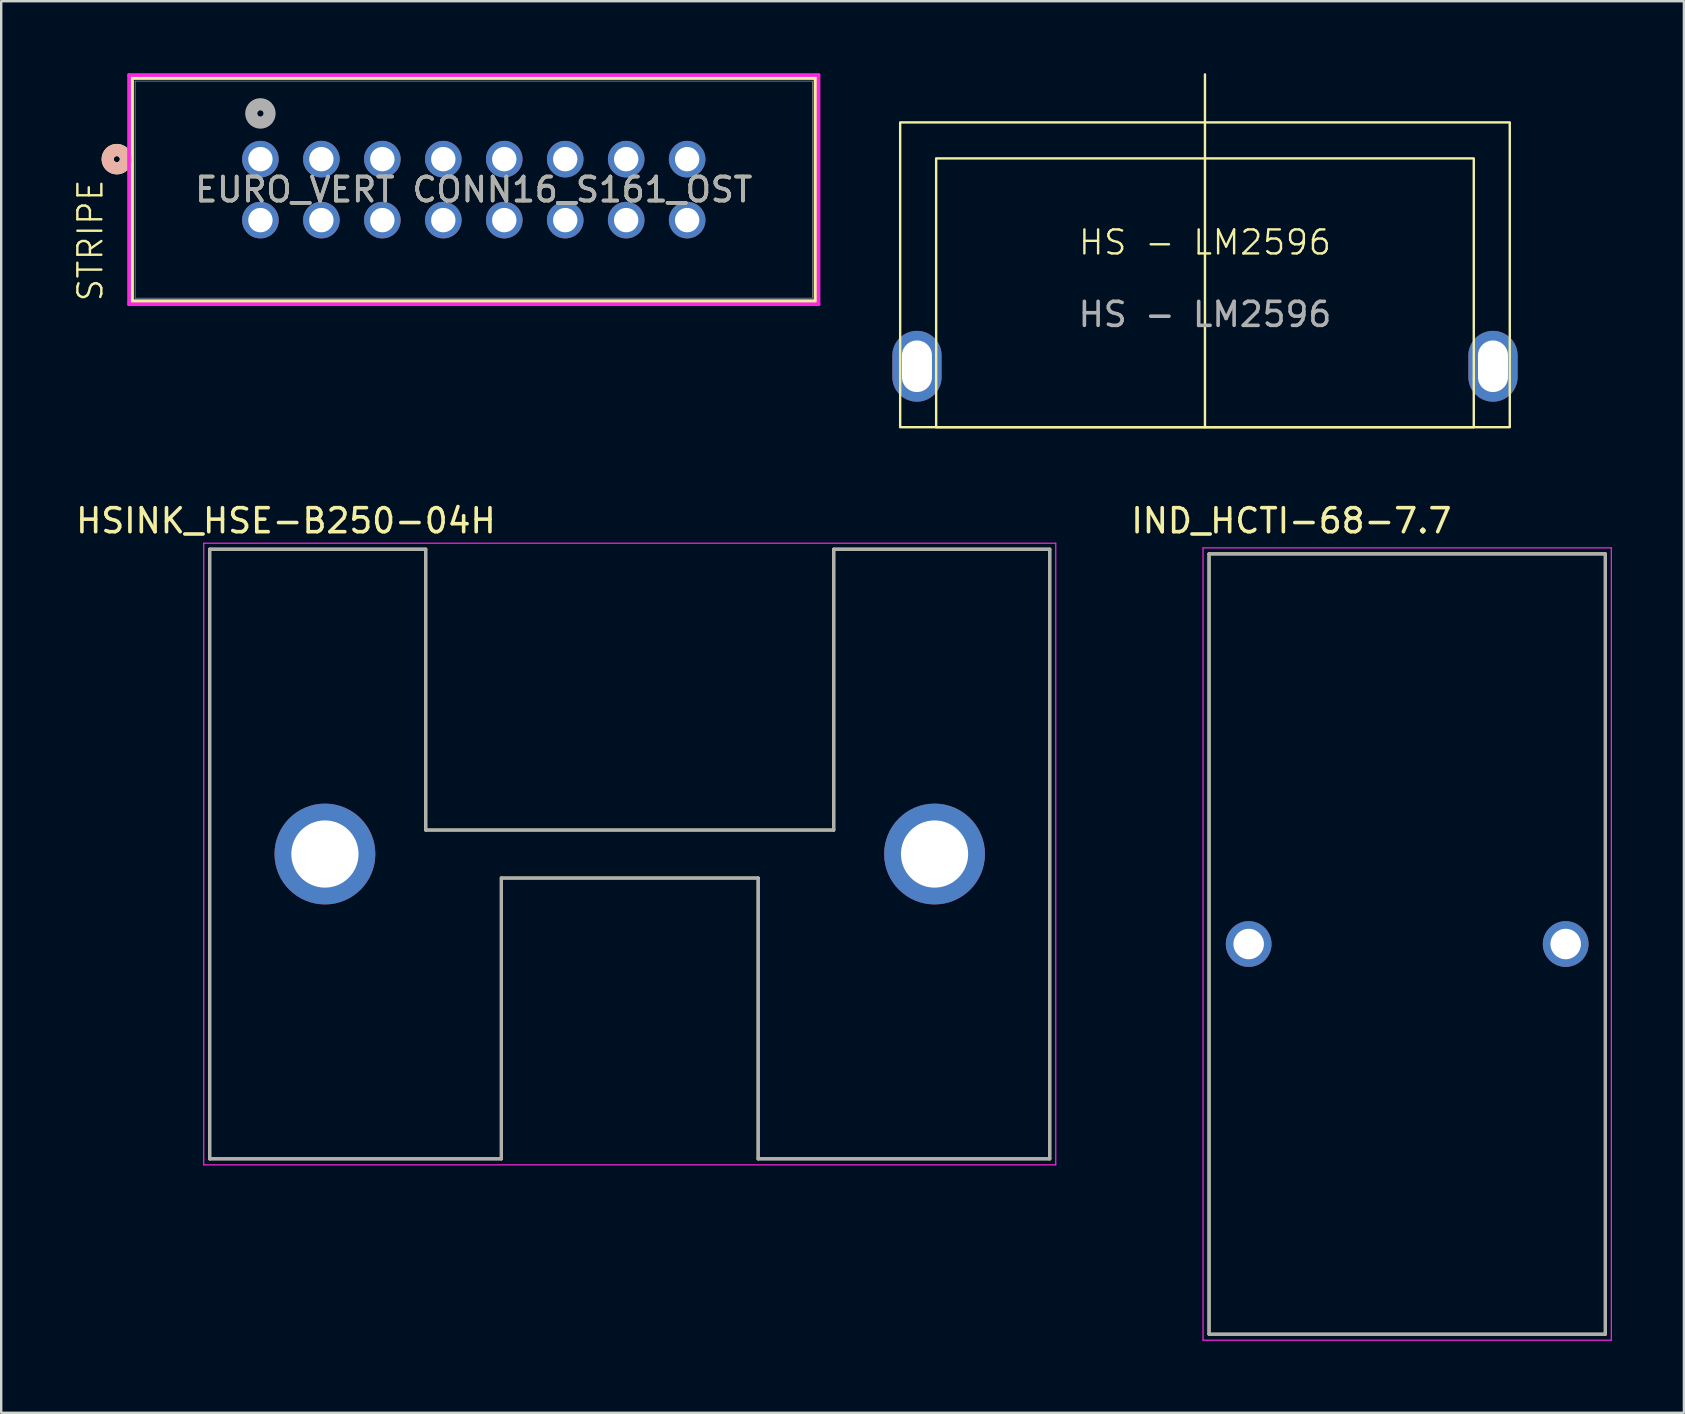
<source format=kicad_pcb>
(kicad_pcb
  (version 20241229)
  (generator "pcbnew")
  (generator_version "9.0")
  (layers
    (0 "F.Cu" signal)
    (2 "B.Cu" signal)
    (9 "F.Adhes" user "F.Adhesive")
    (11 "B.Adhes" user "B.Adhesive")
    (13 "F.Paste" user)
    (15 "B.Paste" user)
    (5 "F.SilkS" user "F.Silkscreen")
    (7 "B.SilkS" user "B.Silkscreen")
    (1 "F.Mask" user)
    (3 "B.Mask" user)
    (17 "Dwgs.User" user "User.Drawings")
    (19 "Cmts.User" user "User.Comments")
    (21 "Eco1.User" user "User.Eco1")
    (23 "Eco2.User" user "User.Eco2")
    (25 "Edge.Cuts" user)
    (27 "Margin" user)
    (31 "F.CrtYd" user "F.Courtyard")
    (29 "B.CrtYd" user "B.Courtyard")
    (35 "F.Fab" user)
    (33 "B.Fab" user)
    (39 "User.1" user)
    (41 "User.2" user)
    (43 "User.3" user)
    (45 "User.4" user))
  (footprint "EURO_VERT CONN16_S161_OST"
    (layer "F.Cu")
    (at 7.8 3.581)
    (property "Reference" "EURO_VERT CONN16_S161_OST" (at 8.89 1.27 0) (unlocked yes) (layer "F.SilkS") (effects (font (size 1 1) (thickness 0.15))))
    (attr through_hole)
    (fp_line (start -5.347 -3.378) (end -5.347 5.918) (stroke (width 0.152) (type solid)) (layer "F.SilkS"))
    (fp_line (start -5.347 5.918) (end 23.127 5.918) (stroke (width 0.152) (type solid)) (layer "F.SilkS"))
    (fp_line (start 23.127 -3.378) (end -5.347 -3.378) (stroke (width 0.152) (type solid)) (layer "F.SilkS"))
    (fp_line (start 23.127 5.918) (end 23.127 -3.378) (stroke (width 0.152) (type solid)) (layer "F.SilkS"))
    (fp_circle (center -5.982 0) (end -5.601 0) (stroke (width 0.508) (type solid)) (fill no) (layer "F.SilkS"))
    (fp_circle (center -5.982 0) (end -5.601 0) (stroke (width 0.508) (type solid)) (fill no) (layer "B.SilkS"))
    (fp_line (start -5.474 -3.505) (end -5.474 6.045) (stroke (width 0.152) (type solid)) (layer "F.CrtYd"))
    (fp_line (start -5.474 6.045) (end 23.254 6.045) (stroke (width 0.152) (type solid)) (layer "F.CrtYd"))
    (fp_line (start 23.254 -3.505) (end -5.474 -3.505) (stroke (width 0.152) (type solid)) (layer "F.CrtYd"))
    (fp_line (start 23.254 6.045) (end 23.254 -3.505) (stroke (width 0.152) (type solid)) (layer "F.CrtYd"))
    (fp_line (start -5.22 -3.251) (end -5.22 5.791) (stroke (width 0.025) (type solid)) (layer "F.Fab"))
    (fp_line (start -5.22 5.791) (end 23 5.791) (stroke (width 0.025) (type solid)) (layer "F.Fab"))
    (fp_line (start 23 -3.251) (end -5.22 -3.251) (stroke (width 0.025) (type solid)) (layer "F.Fab"))
    (fp_line (start 23 5.791) (end 23 -3.251) (stroke (width 0.025) (type solid)) (layer "F.Fab"))
    (fp_circle (center 0 -1.905) (end 0.381 -1.905) (stroke (width 0.508) (type solid)) (fill no) (layer "F.Fab"))
    (fp_text user "STRIPE" (at -6.5 6 90) (unlocked yes) (layer "F.SilkS") (effects (font (size 1 1) (thickness 0.1)) (justify left bottom)))
    (fp_text user "${REFERENCE}" (at 8.89 1.27 0) (unlocked yes) (layer "F.Fab") (effects (font (size 1 1) (thickness 0.15))))
    (pad "1" thru_hole circle (at 0 0) (size 1.524 1.524) (drill 1.016) (layers "*.Cu" "*.Mask"))
    (pad "2" thru_hole circle (at 0 2.54) (size 1.524 1.524) (drill 1.016) (layers "*.Cu" "*.Mask"))
    (pad "3" thru_hole circle (at 2.54 0) (size 1.524 1.524) (drill 1.016) (layers "*.Cu" "*.Mask"))
    (pad "4" thru_hole circle (at 2.54 2.54) (size 1.524 1.524) (drill 1.016) (layers "*.Cu" "*.Mask"))
    (pad "5" thru_hole circle (at 5.08 0) (size 1.524 1.524) (drill 1.016) (layers "*.Cu" "*.Mask"))
    (pad "6" thru_hole circle (at 5.08 2.54) (size 1.524 1.524) (drill 1.016) (layers "*.Cu" "*.Mask"))
    (pad "7" thru_hole circle (at 7.62 0) (size 1.524 1.524) (drill 1.016) (layers "*.Cu" "*.Mask"))
    (pad "8" thru_hole circle (at 7.62 2.54) (size 1.524 1.524) (drill 1.016) (layers "*.Cu" "*.Mask"))
    (pad "9" thru_hole circle (at 10.16 0) (size 1.524 1.524) (drill 1.016) (layers "*.Cu" "*.Mask"))
    (pad "10" thru_hole circle (at 10.16 2.54) (size 1.524 1.524) (drill 1.016) (layers "*.Cu" "*.Mask"))
    (pad "11" thru_hole circle (at 12.7 0) (size 1.524 1.524) (drill 1.016) (layers "*.Cu" "*.Mask"))
    (pad "12" thru_hole circle (at 12.7 2.54) (size 1.524 1.524) (drill 1.016) (layers "*.Cu" "*.Mask"))
    (pad "13" thru_hole circle (at 15.24 0) (size 1.524 1.524) (drill 1.016) (layers "*.Cu" "*.Mask"))
    (pad "14" thru_hole circle (at 15.24 2.54) (size 1.524 1.524) (drill 1.016) (layers "*.Cu" "*.Mask"))
    (pad "15" thru_hole circle (at 17.78 0) (size 1.524 1.524) (drill 1.016) (layers "*.Cu" "*.Mask"))
    (pad "16" thru_hole circle (at 17.78 2.54) (size 1.524 1.524) (drill 1.016) (layers "*.Cu" "*.Mask")))
  (footprint "HS - LM2596"
    (layer "F.Cu")
    (at 47.155 5.05)
    (property "Reference" "HS - LM2596" (at 0 2 0) (unlocked yes) (layer "F.SilkS") (effects (font (size 1 1) (thickness 0.1))))
    (attr through_hole)
    (fp_line (start 0 -5) (end 0 9.7) (stroke (width 0.1) (type default)) (layer "F.SilkS"))
    (fp_rect (start -12.7 -3) (end 12.7 9.7) (stroke (width 0.1) (type default)) (fill no) (layer "F.SilkS"))
    (fp_rect (start -11.2 -1.5) (end 11.2 9.7) (stroke (width 0.1) (type default)) (fill no) (layer "F.SilkS"))
    (fp_text user "${REFERENCE}" (at 0 5 0) (unlocked yes) (layer "F.Fab") (effects (font (size 1 1) (thickness 0.15))))
    (pad "1" thru_hole oval (at -12 7.16) (size 2.05 2.95) (drill oval 1.25 2.15) (layers "*.Cu" "*.Mask"))
    (pad "1" thru_hole oval (at 12 7.16) (size 2.05 2.95) (drill oval 1.25 2.15) (layers "*.Cu" "*.Mask")))
  (footprint "HSINK_HSE-B250-04H"
    (layer "F.Cu")
    (at 23.188 32.533)
    (property "Reference" "HSINK_HSE-B250-04H" (at -14.325 -13.885 0) (layer "F.SilkS") (effects (font (size 1 1) (thickness 0.15))))
    (attr through_hole)
    (fp_line (start -17.5 -12.7) (end -17.5 12.7) (stroke (width 0.127) (type solid)) (layer "F.SilkS"))
    (fp_line (start -17.5 12.7) (end -5.35 12.7) (stroke (width 0.127) (type solid)) (layer "F.SilkS"))
    (fp_line (start -8.5 -12.7) (end -17.5 -12.7) (stroke (width 0.127) (type solid)) (layer "F.SilkS"))
    (fp_line (start -8.5 -1) (end -8.5 -12.7) (stroke (width 0.127) (type solid)) (layer "F.SilkS"))
    (fp_line (start -5.35 1) (end 5.35 1) (stroke (width 0.127) (type solid)) (layer "F.SilkS"))
    (fp_line (start -5.35 12.7) (end -5.35 1) (stroke (width 0.127) (type solid)) (layer "F.SilkS"))
    (fp_line (start 5.35 1) (end 5.35 12.7) (stroke (width 0.127) (type solid)) (layer "F.SilkS"))
    (fp_line (start 5.35 12.7) (end 17.5 12.7) (stroke (width 0.127) (type solid)) (layer "F.SilkS"))
    (fp_line (start 8.5 -12.7) (end 8.5 -1) (stroke (width 0.127) (type solid)) (layer "F.SilkS"))
    (fp_line (start 8.5 -1) (end -8.5 -1) (stroke (width 0.127) (type solid)) (layer "F.SilkS"))
    (fp_line (start 17.5 -12.7) (end 8.5 -12.7) (stroke (width 0.127) (type solid)) (layer "F.SilkS"))
    (fp_line (start 17.5 12.7) (end 17.5 -12.7) (stroke (width 0.127) (type solid)) (layer "F.SilkS"))
    (fp_line (start -17.75 -12.95) (end -17.75 12.95) (stroke (width 0.05) (type solid)) (layer "F.CrtYd"))
    (fp_line (start -17.75 12.95) (end 17.75 12.95) (stroke (width 0.05) (type solid)) (layer "F.CrtYd"))
    (fp_line (start 17.75 -12.95) (end -17.75 -12.95) (stroke (width 0.05) (type solid)) (layer "F.CrtYd"))
    (fp_line (start 17.75 12.95) (end 17.75 -12.95) (stroke (width 0.05) (type solid)) (layer "F.CrtYd"))
    (fp_line (start -17.5 -12.7) (end -17.5 12.7) (stroke (width 0.127) (type solid)) (layer "F.Fab"))
    (fp_line (start -17.5 12.7) (end -5.35 12.7) (stroke (width 0.127) (type solid)) (layer "F.Fab"))
    (fp_line (start -8.5 -12.7) (end -17.5 -12.7) (stroke (width 0.127) (type solid)) (layer "F.Fab"))
    (fp_line (start -8.5 -1) (end -8.5 -12.7) (stroke (width 0.127) (type solid)) (layer "F.Fab"))
    (fp_line (start -5.35 1) (end 5.35 1) (stroke (width 0.127) (type solid)) (layer "F.Fab"))
    (fp_line (start -5.35 12.7) (end -5.35 1) (stroke (width 0.127) (type solid)) (layer "F.Fab"))
    (fp_line (start 5.35 1) (end 5.35 12.7) (stroke (width 0.127) (type solid)) (layer "F.Fab"))
    (fp_line (start 5.35 12.7) (end 17.5 12.7) (stroke (width 0.127) (type solid)) (layer "F.Fab"))
    (fp_line (start 8.5 -12.7) (end 8.5 -1) (stroke (width 0.127) (type solid)) (layer "F.Fab"))
    (fp_line (start 8.5 -1) (end -8.5 -1) (stroke (width 0.127) (type solid)) (layer "F.Fab"))
    (fp_line (start 17.5 -12.7) (end 8.5 -12.7) (stroke (width 0.127) (type solid)) (layer "F.Fab"))
    (fp_line (start 17.5 12.7) (end 17.5 -12.7) (stroke (width 0.127) (type solid)) (layer "F.Fab"))
    (pad "1" thru_hole circle (at -12.7 0) (size 4.2 4.2) (drill 2.8) (layers "*.Cu" "*.Mask"))
    (pad "2" thru_hole circle (at 12.7 0) (size 4.2 4.2) (drill 2.8) (layers "*.Cu" "*.Mask")))
  (footprint "IND_HCTI-68-7.7"
    (layer "F.Cu")
    (at 55.58 36.283)
    (property "Reference" "IND_HCTI-68-7.7" (at -4.825 -17.635 0) (layer "F.SilkS") (effects (font (size 1 1) (thickness 0.15))))
    (attr through_hole)
    (fp_line (start -8.255 -16.256) (end 8.255 -16.256) (stroke (width 0.127) (type solid)) (layer "F.SilkS"))
    (fp_line (start -8.255 16.256) (end -8.255 -16.256) (stroke (width 0.127) (type solid)) (layer "F.SilkS"))
    (fp_line (start 8.255 -16.256) (end 8.255 16.256) (stroke (width 0.127) (type solid)) (layer "F.SilkS"))
    (fp_line (start 8.255 16.256) (end -8.255 16.256) (stroke (width 0.127) (type solid)) (layer "F.SilkS"))
    (fp_line (start -8.505 -16.506) (end 8.505 -16.506) (stroke (width 0.05) (type solid)) (layer "F.CrtYd"))
    (fp_line (start -8.505 16.506) (end -8.505 -16.506) (stroke (width 0.05) (type solid)) (layer "F.CrtYd"))
    (fp_line (start 8.505 -16.506) (end 8.505 16.506) (stroke (width 0.05) (type solid)) (layer "F.CrtYd"))
    (fp_line (start 8.505 16.506) (end -8.505 16.506) (stroke (width 0.05) (type solid)) (layer "F.CrtYd"))
    (fp_line (start -8.255 -16.256) (end 8.255 -16.256) (stroke (width 0.127) (type solid)) (layer "F.Fab"))
    (fp_line (start -8.255 16.256) (end -8.255 -16.256) (stroke (width 0.127) (type solid)) (layer "F.Fab"))
    (fp_line (start 8.255 -16.256) (end 8.255 16.256) (stroke (width 0.127) (type solid)) (layer "F.Fab"))
    (fp_line (start 8.255 16.256) (end -8.255 16.256) (stroke (width 0.127) (type solid)) (layer "F.Fab"))
    (pad "1" thru_hole circle (at -6.604 0) (size 1.905 1.905) (drill 1.27) (layers "*.Cu" "*.Mask"))
    (pad "2" thru_hole circle (at 6.604 0) (size 1.905 1.905) (drill 1.27) (layers "*.Cu" "*.Mask")))
  (gr_rect
    (start -3 -3)
    (end 67.11 55.814)
    (stroke (width 0.1) (type default))
    (fill no)
    (layer "Edge.Cuts")))
</source>
